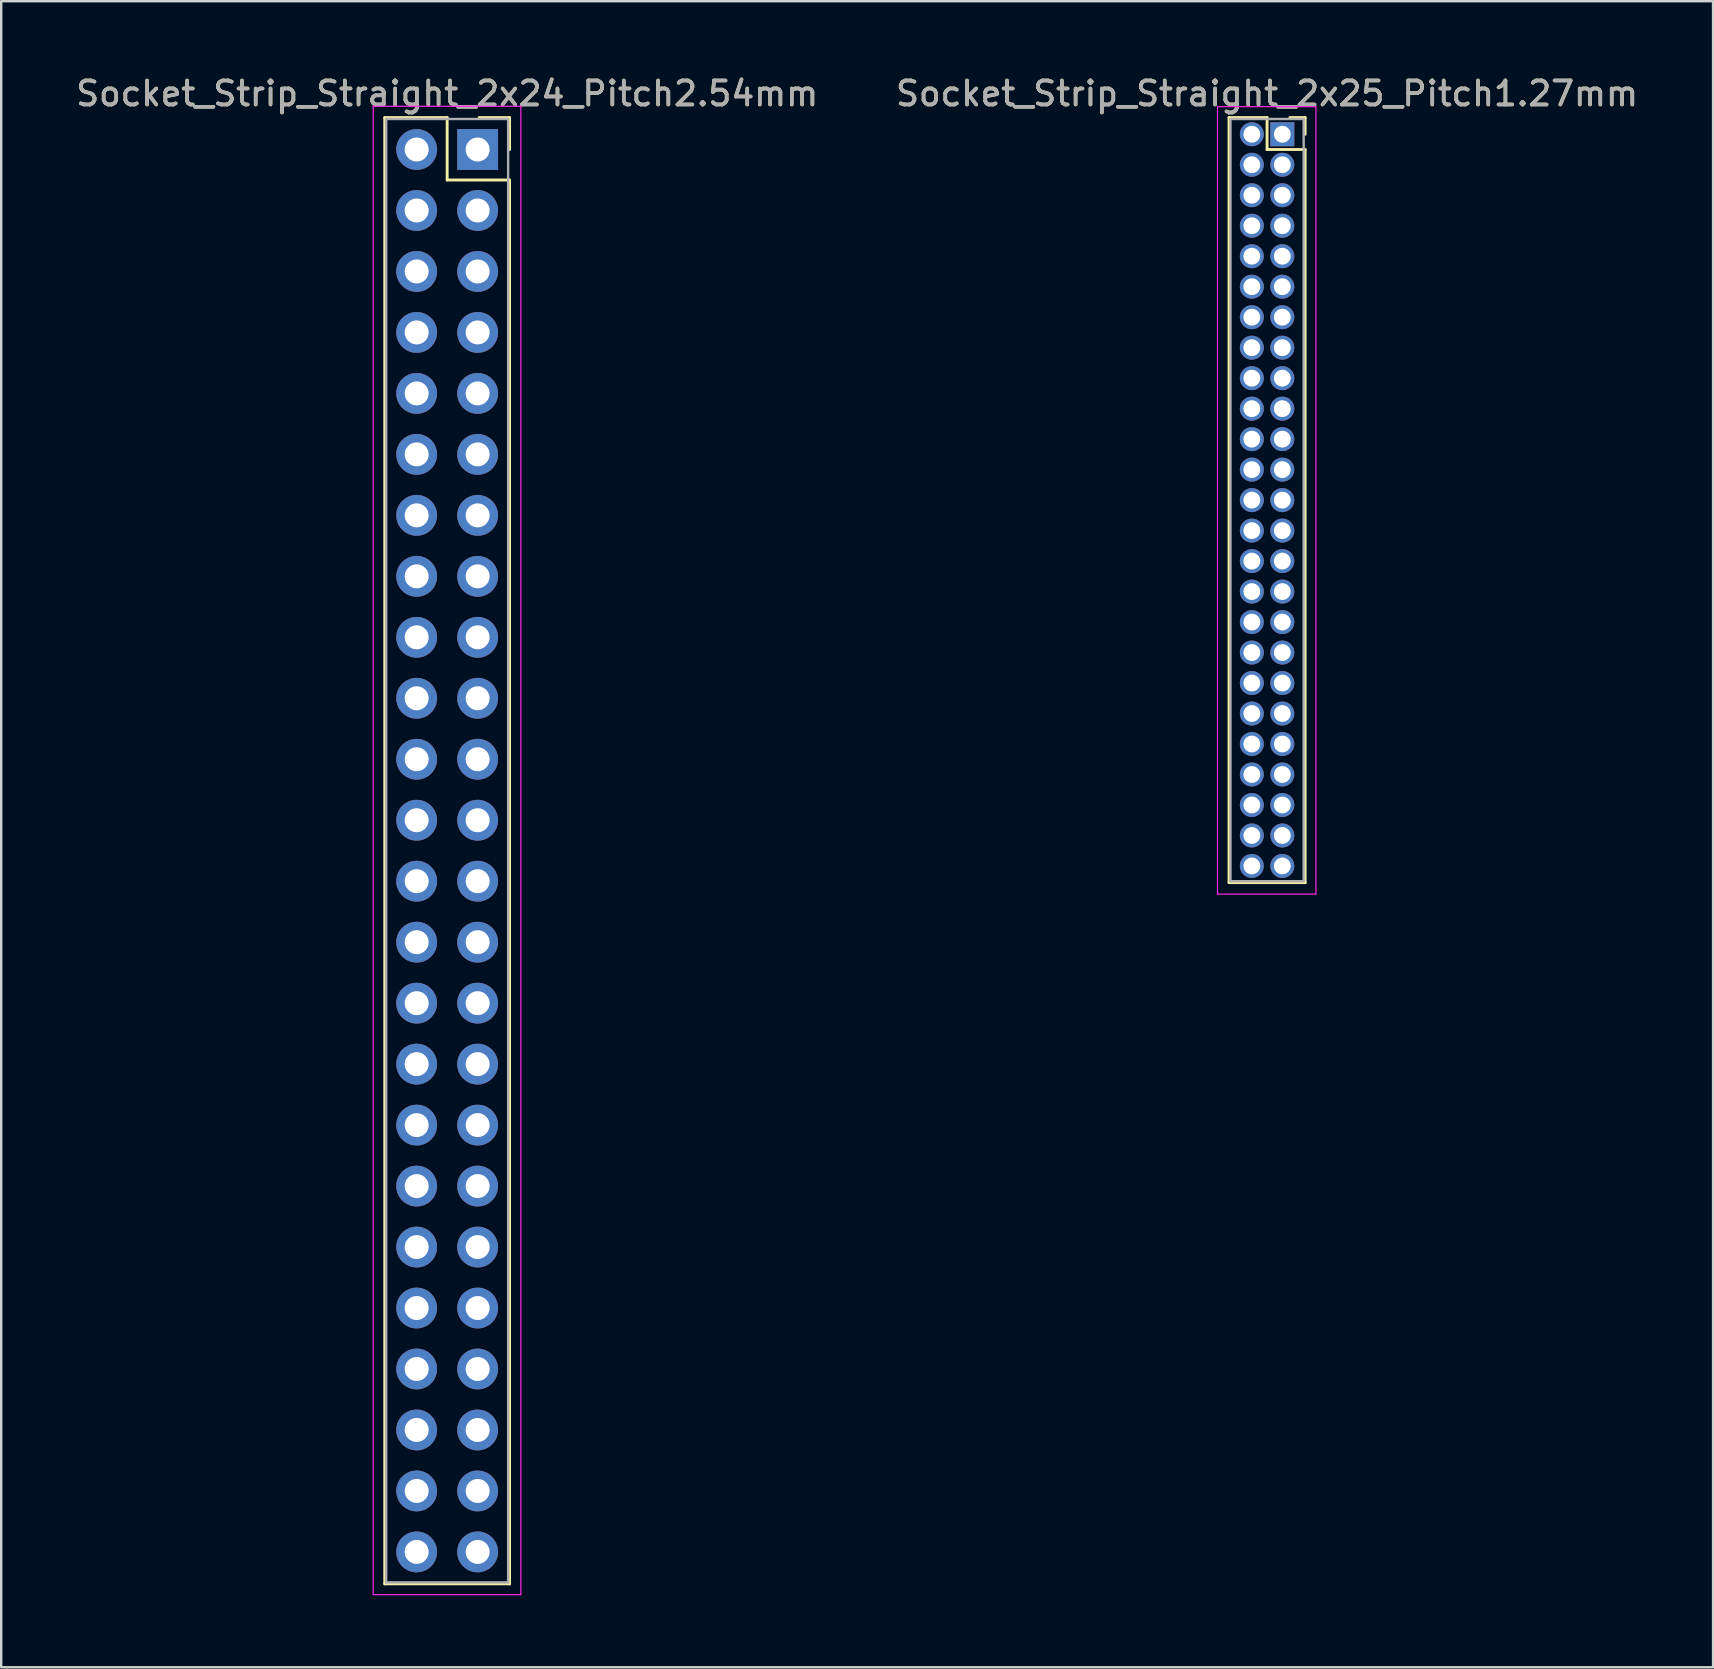
<source format=kicad_pcb>
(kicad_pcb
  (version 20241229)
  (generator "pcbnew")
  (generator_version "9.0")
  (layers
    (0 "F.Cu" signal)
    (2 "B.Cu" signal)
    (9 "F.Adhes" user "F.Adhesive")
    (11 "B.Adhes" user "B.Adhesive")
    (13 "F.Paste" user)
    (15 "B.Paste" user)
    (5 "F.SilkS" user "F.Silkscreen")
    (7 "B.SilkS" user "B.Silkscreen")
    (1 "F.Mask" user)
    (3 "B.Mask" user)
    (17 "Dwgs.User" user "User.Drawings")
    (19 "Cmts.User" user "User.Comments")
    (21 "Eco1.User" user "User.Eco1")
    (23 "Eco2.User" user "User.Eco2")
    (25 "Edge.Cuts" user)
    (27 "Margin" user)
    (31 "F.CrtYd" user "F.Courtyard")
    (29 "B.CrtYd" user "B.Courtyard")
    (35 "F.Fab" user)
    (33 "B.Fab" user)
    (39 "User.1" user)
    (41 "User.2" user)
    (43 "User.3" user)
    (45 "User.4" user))
  (footprint "Socket_Strip_Straight_2x25_Pitch1.27mm"
    (layer "F.Cu")
    (at 50.367 2.543)
    (property "Reference" "Socket_Strip_Straight_2x25_Pitch1.27mm" (at -0.635 -1.695 0) (layer "F.SilkS") (effects (font (size 1 1) (thickness 0.15))))
    (attr through_hole)
    (fp_line (start -2.22 -0.695) (end -0.635 -0.695) (stroke (width 0.12) (type solid)) (layer "F.SilkS"))
    (fp_line (start -2.22 31.175) (end -2.22 -0.695) (stroke (width 0.12) (type solid)) (layer "F.SilkS"))
    (fp_line (start -0.635 -0.695) (end -0.635 0.635) (stroke (width 0.12) (type solid)) (layer "F.SilkS"))
    (fp_line (start -0.635 0.635) (end 0.95 0.635) (stroke (width 0.12) (type solid)) (layer "F.SilkS"))
    (fp_line (start 0.95 -0.695) (end 0.315 -0.695) (stroke (width 0.12) (type solid)) (layer "F.SilkS"))
    (fp_line (start 0.95 0) (end 0.95 -0.695) (stroke (width 0.12) (type solid)) (layer "F.SilkS"))
    (fp_line (start 0.95 0.635) (end 0.95 31.175) (stroke (width 0.12) (type solid)) (layer "F.SilkS"))
    (fp_line (start 0.95 31.175) (end -2.22 31.175) (stroke (width 0.12) (type solid)) (layer "F.SilkS"))
    (fp_line (start -2.7 -1.15) (end -2.7 31.65) (stroke (width 0.05) (type solid)) (layer "F.CrtYd"))
    (fp_line (start -2.7 31.65) (end 1.4 31.65) (stroke (width 0.05) (type solid)) (layer "F.CrtYd"))
    (fp_line (start 1.4 -1.15) (end -2.7 -1.15) (stroke (width 0.05) (type solid)) (layer "F.CrtYd"))
    (fp_line (start 1.4 31.65) (end 1.4 -1.15) (stroke (width 0.05) (type solid)) (layer "F.CrtYd"))
    (fp_line (start -2.16 -0.635) (end -2.16 31.115) (stroke (width 0.1) (type solid)) (layer "F.Fab"))
    (fp_line (start -2.16 31.115) (end 0.89 31.115) (stroke (width 0.1) (type solid)) (layer "F.Fab"))
    (fp_line (start 0.89 -0.635) (end -2.16 -0.635) (stroke (width 0.1) (type solid)) (layer "F.Fab"))
    (fp_line (start 0.89 31.115) (end 0.89 -0.635) (stroke (width 0.1) (type solid)) (layer "F.Fab"))
    (fp_text user "${REFERENCE}" (at -0.635 -1.695 0) (layer "F.Fab") (effects (font (size 1 1) (thickness 0.15))))
    (pad "1" thru_hole rect (at 0 0) (size 1 1) (drill 0.7) (layers "*.Cu" "*.Mask"))
    (pad "2" thru_hole oval (at -1.27 0) (size 1 1) (drill 0.7) (layers "*.Cu" "*.Mask"))
    (pad "3" thru_hole oval (at 0 1.27) (size 1 1) (drill 0.7) (layers "*.Cu" "*.Mask"))
    (pad "4" thru_hole oval (at -1.27 1.27) (size 1 1) (drill 0.7) (layers "*.Cu" "*.Mask"))
    (pad "5" thru_hole oval (at 0 2.54) (size 1 1) (drill 0.7) (layers "*.Cu" "*.Mask"))
    (pad "6" thru_hole oval (at -1.27 2.54) (size 1 1) (drill 0.7) (layers "*.Cu" "*.Mask"))
    (pad "7" thru_hole oval (at 0 3.81) (size 1 1) (drill 0.7) (layers "*.Cu" "*.Mask"))
    (pad "8" thru_hole oval (at -1.27 3.81) (size 1 1) (drill 0.7) (layers "*.Cu" "*.Mask"))
    (pad "9" thru_hole oval (at 0 5.08) (size 1 1) (drill 0.7) (layers "*.Cu" "*.Mask"))
    (pad "10" thru_hole oval (at -1.27 5.08) (size 1 1) (drill 0.7) (layers "*.Cu" "*.Mask"))
    (pad "11" thru_hole oval (at 0 6.35) (size 1 1) (drill 0.7) (layers "*.Cu" "*.Mask"))
    (pad "12" thru_hole oval (at -1.27 6.35) (size 1 1) (drill 0.7) (layers "*.Cu" "*.Mask"))
    (pad "13" thru_hole oval (at 0 7.62) (size 1 1) (drill 0.7) (layers "*.Cu" "*.Mask"))
    (pad "14" thru_hole oval (at -1.27 7.62) (size 1 1) (drill 0.7) (layers "*.Cu" "*.Mask"))
    (pad "15" thru_hole oval (at 0 8.89) (size 1 1) (drill 0.7) (layers "*.Cu" "*.Mask"))
    (pad "16" thru_hole oval (at -1.27 8.89) (size 1 1) (drill 0.7) (layers "*.Cu" "*.Mask"))
    (pad "17" thru_hole oval (at 0 10.16) (size 1 1) (drill 0.7) (layers "*.Cu" "*.Mask"))
    (pad "18" thru_hole oval (at -1.27 10.16) (size 1 1) (drill 0.7) (layers "*.Cu" "*.Mask"))
    (pad "19" thru_hole oval (at 0 11.43) (size 1 1) (drill 0.7) (layers "*.Cu" "*.Mask"))
    (pad "20" thru_hole oval (at -1.27 11.43) (size 1 1) (drill 0.7) (layers "*.Cu" "*.Mask"))
    (pad "21" thru_hole oval (at 0 12.7) (size 1 1) (drill 0.7) (layers "*.Cu" "*.Mask"))
    (pad "22" thru_hole oval (at -1.27 12.7) (size 1 1) (drill 0.7) (layers "*.Cu" "*.Mask"))
    (pad "23" thru_hole oval (at 0 13.97) (size 1 1) (drill 0.7) (layers "*.Cu" "*.Mask"))
    (pad "24" thru_hole oval (at -1.27 13.97) (size 1 1) (drill 0.7) (layers "*.Cu" "*.Mask"))
    (pad "25" thru_hole oval (at 0 15.24) (size 1 1) (drill 0.7) (layers "*.Cu" "*.Mask"))
    (pad "26" thru_hole oval (at -1.27 15.24) (size 1 1) (drill 0.7) (layers "*.Cu" "*.Mask"))
    (pad "27" thru_hole oval (at 0 16.51) (size 1 1) (drill 0.7) (layers "*.Cu" "*.Mask"))
    (pad "28" thru_hole oval (at -1.27 16.51) (size 1 1) (drill 0.7) (layers "*.Cu" "*.Mask"))
    (pad "29" thru_hole oval (at 0 17.78) (size 1 1) (drill 0.7) (layers "*.Cu" "*.Mask"))
    (pad "30" thru_hole oval (at -1.27 17.78) (size 1 1) (drill 0.7) (layers "*.Cu" "*.Mask"))
    (pad "31" thru_hole oval (at 0 19.05) (size 1 1) (drill 0.7) (layers "*.Cu" "*.Mask"))
    (pad "32" thru_hole oval (at -1.27 19.05) (size 1 1) (drill 0.7) (layers "*.Cu" "*.Mask"))
    (pad "33" thru_hole oval (at 0 20.32) (size 1 1) (drill 0.7) (layers "*.Cu" "*.Mask"))
    (pad "34" thru_hole oval (at -1.27 20.32) (size 1 1) (drill 0.7) (layers "*.Cu" "*.Mask"))
    (pad "35" thru_hole oval (at 0 21.59) (size 1 1) (drill 0.7) (layers "*.Cu" "*.Mask"))
    (pad "36" thru_hole oval (at -1.27 21.59) (size 1 1) (drill 0.7) (layers "*.Cu" "*.Mask"))
    (pad "37" thru_hole oval (at 0 22.86) (size 1 1) (drill 0.7) (layers "*.Cu" "*.Mask"))
    (pad "38" thru_hole oval (at -1.27 22.86) (size 1 1) (drill 0.7) (layers "*.Cu" "*.Mask"))
    (pad "39" thru_hole oval (at 0 24.13) (size 1 1) (drill 0.7) (layers "*.Cu" "*.Mask"))
    (pad "40" thru_hole oval (at -1.27 24.13) (size 1 1) (drill 0.7) (layers "*.Cu" "*.Mask"))
    (pad "41" thru_hole oval (at 0 25.4) (size 1 1) (drill 0.7) (layers "*.Cu" "*.Mask"))
    (pad "42" thru_hole oval (at -1.27 25.4) (size 1 1) (drill 0.7) (layers "*.Cu" "*.Mask"))
    (pad "43" thru_hole oval (at 0 26.67) (size 1 1) (drill 0.7) (layers "*.Cu" "*.Mask"))
    (pad "44" thru_hole oval (at -1.27 26.67) (size 1 1) (drill 0.7) (layers "*.Cu" "*.Mask"))
    (pad "45" thru_hole oval (at 0 27.94) (size 1 1) (drill 0.7) (layers "*.Cu" "*.Mask"))
    (pad "46" thru_hole oval (at -1.27 27.94) (size 1 1) (drill 0.7) (layers "*.Cu" "*.Mask"))
    (pad "47" thru_hole oval (at 0 29.21) (size 1 1) (drill 0.7) (layers "*.Cu" "*.Mask"))
    (pad "48" thru_hole oval (at -1.27 29.21) (size 1 1) (drill 0.7) (layers "*.Cu" "*.Mask"))
    (pad "49" thru_hole oval (at 0 30.48) (size 1 1) (drill 0.7) (layers "*.Cu" "*.Mask"))
    (pad "50" thru_hole oval (at -1.27 30.48) (size 1 1) (drill 0.7) (layers "*.Cu" "*.Mask")))
  (footprint "Socket_Strip_Straight_2x24_Pitch2.54mm"
    (layer "F.Cu")
    (at 16.847 3.178)
    (property "Reference" "Socket_Strip_Straight_2x24_Pitch2.54mm" (at -1.27 -2.33 0) (layer "F.SilkS") (effects (font (size 1 1) (thickness 0.15))))
    (attr through_hole)
    (fp_line (start -3.87 -1.33) (end -1.27 -1.33) (stroke (width 0.12) (type solid)) (layer "F.SilkS"))
    (fp_line (start -3.87 59.75) (end -3.87 -1.33) (stroke (width 0.12) (type solid)) (layer "F.SilkS"))
    (fp_line (start -1.27 -1.33) (end -1.27 1.27) (stroke (width 0.12) (type solid)) (layer "F.SilkS"))
    (fp_line (start -1.27 1.27) (end 1.33 1.27) (stroke (width 0.12) (type solid)) (layer "F.SilkS"))
    (fp_line (start 1.33 -1.33) (end 0.06 -1.33) (stroke (width 0.12) (type solid)) (layer "F.SilkS"))
    (fp_line (start 1.33 0) (end 1.33 -1.33) (stroke (width 0.12) (type solid)) (layer "F.SilkS"))
    (fp_line (start 1.33 1.27) (end 1.33 59.75) (stroke (width 0.12) (type solid)) (layer "F.SilkS"))
    (fp_line (start 1.33 59.75) (end -3.87 59.75) (stroke (width 0.12) (type solid)) (layer "F.SilkS"))
    (fp_line (start -4.35 -1.8) (end -4.35 60.2) (stroke (width 0.05) (type solid)) (layer "F.CrtYd"))
    (fp_line (start -4.35 60.2) (end 1.8 60.2) (stroke (width 0.05) (type solid)) (layer "F.CrtYd"))
    (fp_line (start 1.8 -1.8) (end -4.35 -1.8) (stroke (width 0.05) (type solid)) (layer "F.CrtYd"))
    (fp_line (start 1.8 60.2) (end 1.8 -1.8) (stroke (width 0.05) (type solid)) (layer "F.CrtYd"))
    (fp_line (start -3.81 -1.27) (end -3.81 59.69) (stroke (width 0.1) (type solid)) (layer "F.Fab"))
    (fp_line (start -3.81 59.69) (end 1.27 59.69) (stroke (width 0.1) (type solid)) (layer "F.Fab"))
    (fp_line (start 1.27 -1.27) (end -3.81 -1.27) (stroke (width 0.1) (type solid)) (layer "F.Fab"))
    (fp_line (start 1.27 59.69) (end 1.27 -1.27) (stroke (width 0.1) (type solid)) (layer "F.Fab"))
    (fp_text user "${REFERENCE}" (at -1.27 -2.33 0) (layer "F.Fab") (effects (font (size 1 1) (thickness 0.15))))
    (pad "1" thru_hole rect (at 0 0) (size 1.7 1.7) (drill 1) (layers "*.Cu" "*.Mask"))
    (pad "2" thru_hole oval (at -2.54 0) (size 1.7 1.7) (drill 1) (layers "*.Cu" "*.Mask"))
    (pad "3" thru_hole oval (at 0 2.54) (size 1.7 1.7) (drill 1) (layers "*.Cu" "*.Mask"))
    (pad "4" thru_hole oval (at -2.54 2.54) (size 1.7 1.7) (drill 1) (layers "*.Cu" "*.Mask"))
    (pad "5" thru_hole oval (at 0 5.08) (size 1.7 1.7) (drill 1) (layers "*.Cu" "*.Mask"))
    (pad "6" thru_hole oval (at -2.54 5.08) (size 1.7 1.7) (drill 1) (layers "*.Cu" "*.Mask"))
    (pad "7" thru_hole oval (at 0 7.62) (size 1.7 1.7) (drill 1) (layers "*.Cu" "*.Mask"))
    (pad "8" thru_hole oval (at -2.54 7.62) (size 1.7 1.7) (drill 1) (layers "*.Cu" "*.Mask"))
    (pad "9" thru_hole oval (at 0 10.16) (size 1.7 1.7) (drill 1) (layers "*.Cu" "*.Mask"))
    (pad "10" thru_hole oval (at -2.54 10.16) (size 1.7 1.7) (drill 1) (layers "*.Cu" "*.Mask"))
    (pad "11" thru_hole oval (at 0 12.7) (size 1.7 1.7) (drill 1) (layers "*.Cu" "*.Mask"))
    (pad "12" thru_hole oval (at -2.54 12.7) (size 1.7 1.7) (drill 1) (layers "*.Cu" "*.Mask"))
    (pad "13" thru_hole oval (at 0 15.24) (size 1.7 1.7) (drill 1) (layers "*.Cu" "*.Mask"))
    (pad "14" thru_hole oval (at -2.54 15.24) (size 1.7 1.7) (drill 1) (layers "*.Cu" "*.Mask"))
    (pad "15" thru_hole oval (at 0 17.78) (size 1.7 1.7) (drill 1) (layers "*.Cu" "*.Mask"))
    (pad "16" thru_hole oval (at -2.54 17.78) (size 1.7 1.7) (drill 1) (layers "*.Cu" "*.Mask"))
    (pad "17" thru_hole oval (at 0 20.32) (size 1.7 1.7) (drill 1) (layers "*.Cu" "*.Mask"))
    (pad "18" thru_hole oval (at -2.54 20.32) (size 1.7 1.7) (drill 1) (layers "*.Cu" "*.Mask"))
    (pad "19" thru_hole oval (at 0 22.86) (size 1.7 1.7) (drill 1) (layers "*.Cu" "*.Mask"))
    (pad "20" thru_hole oval (at -2.54 22.86) (size 1.7 1.7) (drill 1) (layers "*.Cu" "*.Mask"))
    (pad "21" thru_hole oval (at 0 25.4) (size 1.7 1.7) (drill 1) (layers "*.Cu" "*.Mask"))
    (pad "22" thru_hole oval (at -2.54 25.4) (size 1.7 1.7) (drill 1) (layers "*.Cu" "*.Mask"))
    (pad "23" thru_hole oval (at 0 27.94) (size 1.7 1.7) (drill 1) (layers "*.Cu" "*.Mask"))
    (pad "24" thru_hole oval (at -2.54 27.94) (size 1.7 1.7) (drill 1) (layers "*.Cu" "*.Mask"))
    (pad "25" thru_hole oval (at 0 30.48) (size 1.7 1.7) (drill 1) (layers "*.Cu" "*.Mask"))
    (pad "26" thru_hole oval (at -2.54 30.48) (size 1.7 1.7) (drill 1) (layers "*.Cu" "*.Mask"))
    (pad "27" thru_hole oval (at 0 33.02) (size 1.7 1.7) (drill 1) (layers "*.Cu" "*.Mask"))
    (pad "28" thru_hole oval (at -2.54 33.02) (size 1.7 1.7) (drill 1) (layers "*.Cu" "*.Mask"))
    (pad "29" thru_hole oval (at 0 35.56) (size 1.7 1.7) (drill 1) (layers "*.Cu" "*.Mask"))
    (pad "30" thru_hole oval (at -2.54 35.56) (size 1.7 1.7) (drill 1) (layers "*.Cu" "*.Mask"))
    (pad "31" thru_hole oval (at 0 38.1) (size 1.7 1.7) (drill 1) (layers "*.Cu" "*.Mask"))
    (pad "32" thru_hole oval (at -2.54 38.1) (size 1.7 1.7) (drill 1) (layers "*.Cu" "*.Mask"))
    (pad "33" thru_hole oval (at 0 40.64) (size 1.7 1.7) (drill 1) (layers "*.Cu" "*.Mask"))
    (pad "34" thru_hole oval (at -2.54 40.64) (size 1.7 1.7) (drill 1) (layers "*.Cu" "*.Mask"))
    (pad "35" thru_hole oval (at 0 43.18) (size 1.7 1.7) (drill 1) (layers "*.Cu" "*.Mask"))
    (pad "36" thru_hole oval (at -2.54 43.18) (size 1.7 1.7) (drill 1) (layers "*.Cu" "*.Mask"))
    (pad "37" thru_hole oval (at 0 45.72) (size 1.7 1.7) (drill 1) (layers "*.Cu" "*.Mask"))
    (pad "38" thru_hole oval (at -2.54 45.72) (size 1.7 1.7) (drill 1) (layers "*.Cu" "*.Mask"))
    (pad "39" thru_hole oval (at 0 48.26) (size 1.7 1.7) (drill 1) (layers "*.Cu" "*.Mask"))
    (pad "40" thru_hole oval (at -2.54 48.26) (size 1.7 1.7) (drill 1) (layers "*.Cu" "*.Mask"))
    (pad "41" thru_hole oval (at 0 50.8) (size 1.7 1.7) (drill 1) (layers "*.Cu" "*.Mask"))
    (pad "42" thru_hole oval (at -2.54 50.8) (size 1.7 1.7) (drill 1) (layers "*.Cu" "*.Mask"))
    (pad "43" thru_hole oval (at 0 53.34) (size 1.7 1.7) (drill 1) (layers "*.Cu" "*.Mask"))
    (pad "44" thru_hole oval (at -2.54 53.34) (size 1.7 1.7) (drill 1) (layers "*.Cu" "*.Mask"))
    (pad "45" thru_hole oval (at 0 55.88) (size 1.7 1.7) (drill 1) (layers "*.Cu" "*.Mask"))
    (pad "46" thru_hole oval (at -2.54 55.88) (size 1.7 1.7) (drill 1) (layers "*.Cu" "*.Mask"))
    (pad "47" thru_hole oval (at 0 58.42) (size 1.7 1.7) (drill 1) (layers "*.Cu" "*.Mask"))
    (pad "48" thru_hole oval (at -2.54 58.42) (size 1.7 1.7) (drill 1) (layers "*.Cu" "*.Mask")))
  (gr_rect
    (start -3 -3)
    (end 68.31 66.403)
    (stroke (width 0.1) (type default))
    (fill no)
    (layer "Edge.Cuts")))
</source>
